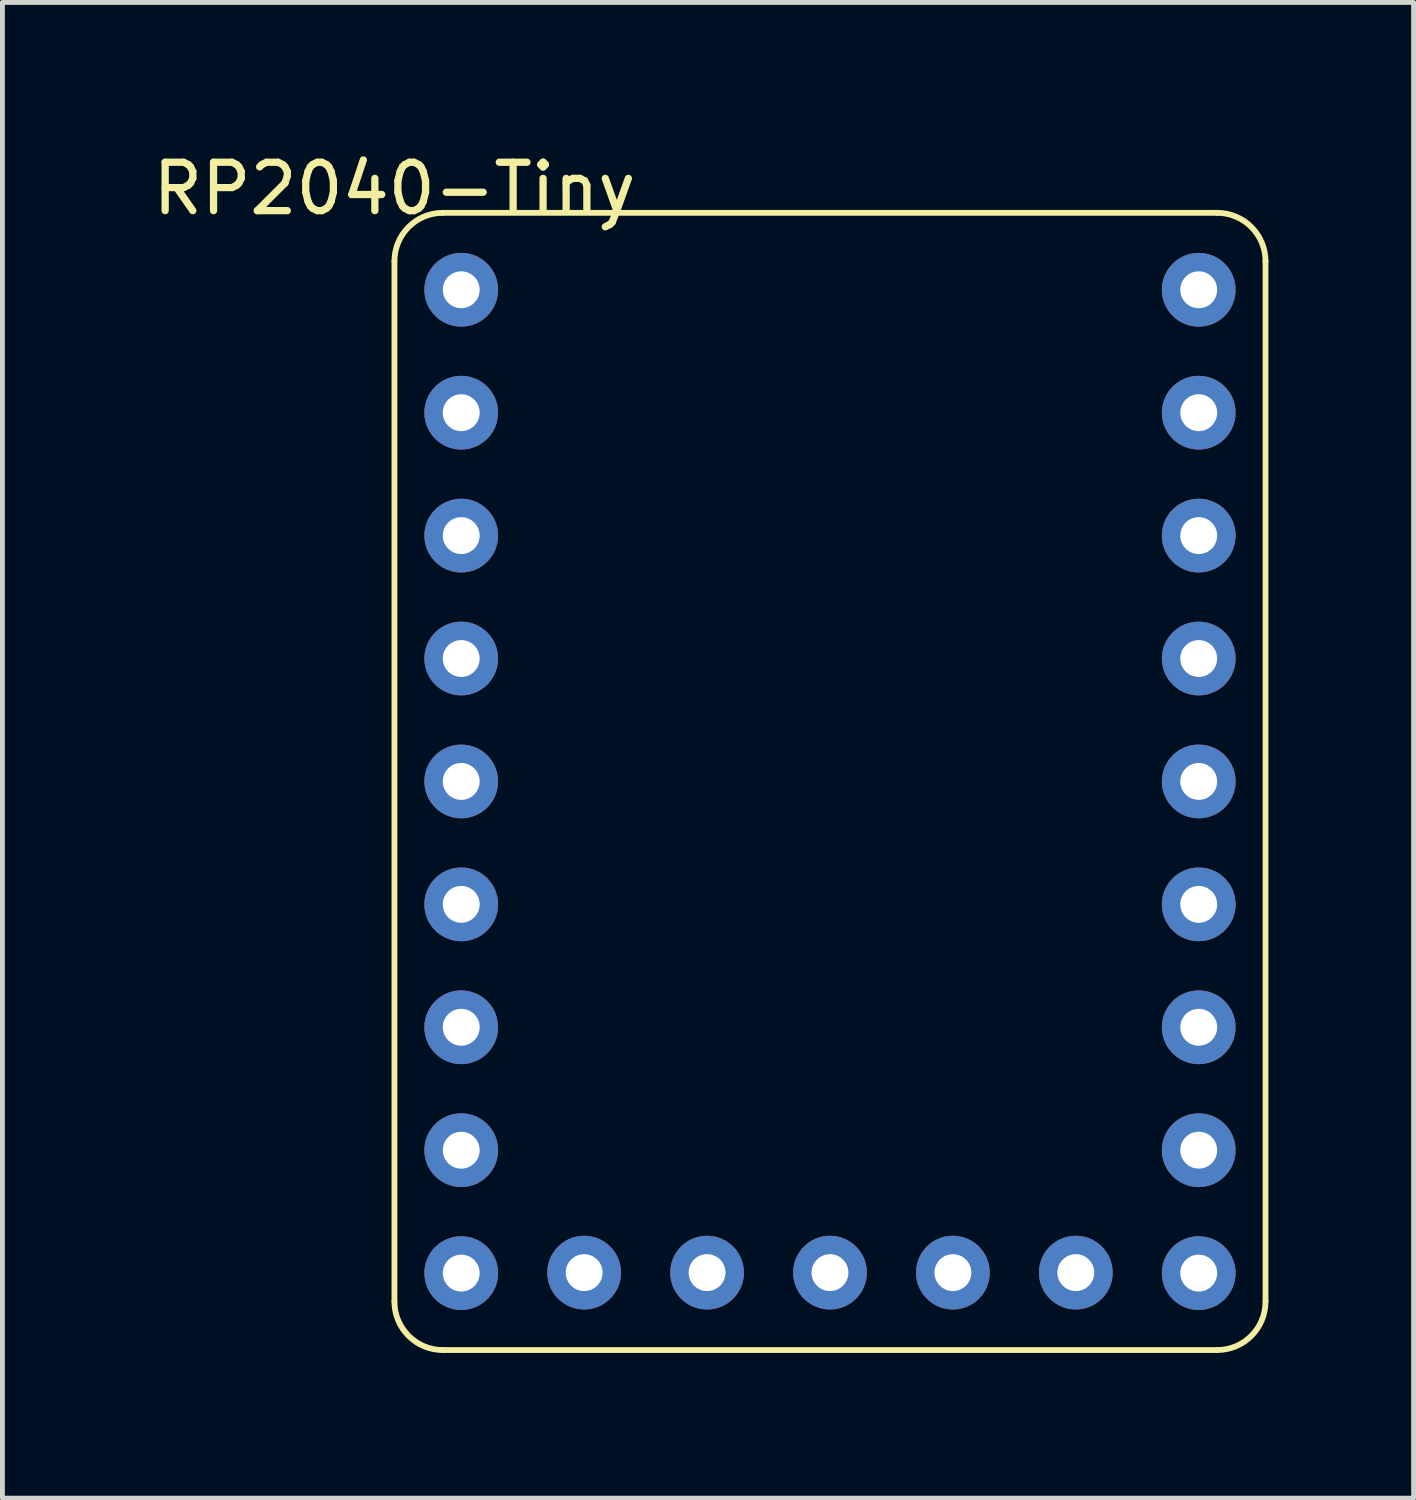
<source format=kicad_pcb>
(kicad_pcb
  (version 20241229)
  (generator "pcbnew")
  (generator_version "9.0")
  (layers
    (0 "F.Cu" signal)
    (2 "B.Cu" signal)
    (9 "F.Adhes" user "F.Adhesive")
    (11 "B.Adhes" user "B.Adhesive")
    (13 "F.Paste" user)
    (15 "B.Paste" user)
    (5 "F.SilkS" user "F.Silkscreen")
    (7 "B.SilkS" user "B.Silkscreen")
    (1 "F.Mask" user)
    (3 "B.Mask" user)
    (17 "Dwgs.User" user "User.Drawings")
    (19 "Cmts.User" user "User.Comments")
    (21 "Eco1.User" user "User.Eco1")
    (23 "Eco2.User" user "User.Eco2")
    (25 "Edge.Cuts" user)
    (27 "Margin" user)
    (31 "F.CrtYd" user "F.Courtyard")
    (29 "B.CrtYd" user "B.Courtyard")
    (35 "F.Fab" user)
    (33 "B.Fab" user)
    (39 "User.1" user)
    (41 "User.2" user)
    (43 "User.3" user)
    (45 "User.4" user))
  (footprint "RP2040-Tiny"
    (layer "F.Cu")
    (at 5.101 1.348)
    (property "Reference" "RP2040-Tiny" (at 0 -0.5 0) (unlocked yes) (layer "F.SilkS") (effects (font (size 1 1) (thickness 0.15))))
    (attr through_hole)
    (fp_line (start 0 22.5) (end 0 1) (stroke (width 0.12) (type default)) (layer "F.SilkS"))
    (fp_line (start 1 0) (end 17 0) (stroke (width 0.12) (type default)) (layer "F.SilkS"))
    (fp_line (start 17 23.5) (end 1 23.5) (stroke (width 0.12) (type default)) (layer "F.SilkS"))
    (fp_line (start 18 1) (end 18 22.5) (stroke (width 0.12) (type default)) (layer "F.SilkS"))
    (fp_arc (start 0 1) (mid 0.292893 0.292893) (end 1 0) (stroke (width 0.12) (type default)) (layer "F.SilkS"))
    (fp_arc (start 1 23.5) (mid 0.292893 23.207107) (end 0 22.5) (stroke (width 0.12) (type default)) (layer "F.SilkS"))
    (fp_arc (start 17 0) (mid 17.707107 0.292893) (end 18 1) (stroke (width 0.12) (type default)) (layer "F.SilkS"))
    (fp_arc (start 18 22.5) (mid 17.707107 23.207107) (end 17 23.5) (stroke (width 0.12) (type default)) (layer "F.SilkS"))
    (pad "0" thru_hole circle (at 16.62 1.59) (size 1.524 1.524) (drill 0.762) (layers "*.Cu" "*.Mask"))
    (pad "1" thru_hole circle (at 16.62 4.13) (size 1.524 1.524) (drill 0.762) (layers "*.Cu" "*.Mask"))
    (pad "2" thru_hole circle (at 16.62 6.67) (size 1.524 1.524) (drill 0.762) (layers "*.Cu" "*.Mask"))
    (pad "3" thru_hole circle (at 16.62 9.21) (size 1.524 1.524) (drill 0.762) (layers "*.Cu" "*.Mask"))
    (pad "3V3" thru_hole circle (at 1.38 6.67) (size 1.524 1.524) (drill 0.762) (layers "*.Cu" "*.Mask"))
    (pad "4" thru_hole circle (at 16.62 11.75) (size 1.524 1.524) (drill 0.762) (layers "*.Cu" "*.Mask"))
    (pad "5" thru_hole circle (at 16.62 14.29) (size 1.524 1.524) (drill 0.762) (layers "*.Cu" "*.Mask"))
    (pad "5V" thru_hole circle (at 1.38 1.59) (size 1.524 1.524) (drill 0.762) (layers "*.Cu" "*.Mask"))
    (pad "6" thru_hole circle (at 16.62 16.83) (size 1.524 1.524) (drill 0.762) (layers "*.Cu" "*.Mask"))
    (pad "7" thru_hole circle (at 16.62 19.37) (size 1.524 1.524) (drill 0.762) (layers "*.Cu" "*.Mask"))
    (pad "8" thru_hole circle (at 16.62 21.91) (size 1.524 1.524) (drill 0.762) (layers "*.Cu" "*.Mask"))
    (pad "9" thru_hole circle (at 14.08 21.9) (size 1.524 1.524) (drill 0.762) (layers "*.Cu" "*.Mask"))
    (pad "10" thru_hole circle (at 11.54 21.9) (size 1.524 1.524) (drill 0.762) (layers "*.Cu" "*.Mask"))
    (pad "11" thru_hole circle (at 9 21.9) (size 1.524 1.524) (drill 0.762) (layers "*.Cu" "*.Mask"))
    (pad "12" thru_hole circle (at 6.46 21.9) (size 1.524 1.524) (drill 0.762) (layers "*.Cu" "*.Mask"))
    (pad "13" thru_hole circle (at 3.92 21.9) (size 1.524 1.524) (drill 0.762) (layers "*.Cu" "*.Mask"))
    (pad "14" thru_hole circle (at 1.38 21.91) (size 1.524 1.524) (drill 0.762) (layers "*.Cu" "*.Mask"))
    (pad "15" thru_hole circle (at 1.38 19.37) (size 1.524 1.524) (drill 0.762) (layers "*.Cu" "*.Mask"))
    (pad "26" thru_hole circle (at 1.38 16.83) (size 1.524 1.524) (drill 0.762) (layers "*.Cu" "*.Mask"))
    (pad "27" thru_hole circle (at 1.38 14.29) (size 1.524 1.524) (drill 0.762) (layers "*.Cu" "*.Mask"))
    (pad "28" thru_hole circle (at 1.38 11.75) (size 1.524 1.524) (drill 0.762) (layers "*.Cu" "*.Mask"))
    (pad "29" thru_hole circle (at 1.38 9.21) (size 1.524 1.524) (drill 0.762) (layers "*.Cu" "*.Mask"))
    (pad "GND" thru_hole circle (at 1.38 4.13) (size 1.524 1.524) (drill 0.762) (layers "*.Cu" "*.Mask")))
  (gr_rect
    (start -3 -3)
    (end 26.161 27.908)
    (stroke (width 0.1) (type default))
    (fill no)
    (layer "Edge.Cuts")))
</source>
